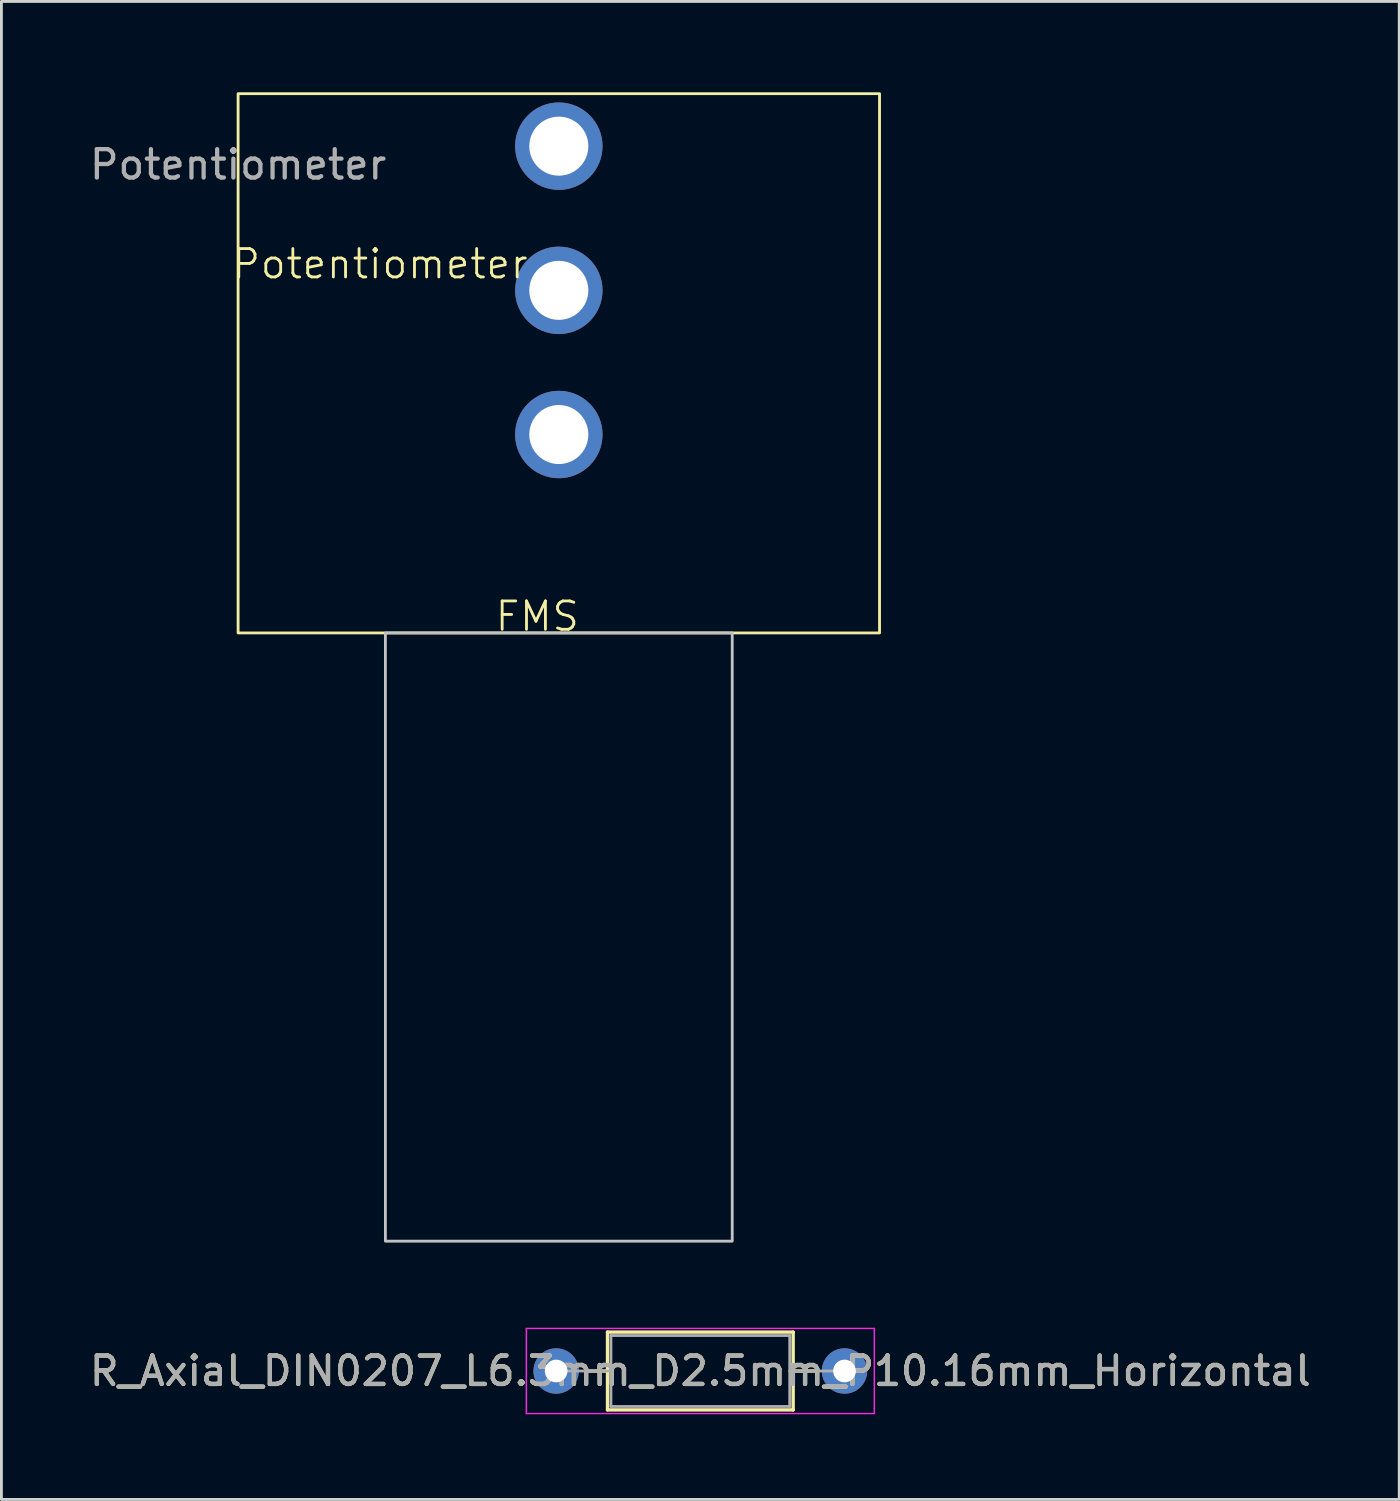
<source format=kicad_pcb>
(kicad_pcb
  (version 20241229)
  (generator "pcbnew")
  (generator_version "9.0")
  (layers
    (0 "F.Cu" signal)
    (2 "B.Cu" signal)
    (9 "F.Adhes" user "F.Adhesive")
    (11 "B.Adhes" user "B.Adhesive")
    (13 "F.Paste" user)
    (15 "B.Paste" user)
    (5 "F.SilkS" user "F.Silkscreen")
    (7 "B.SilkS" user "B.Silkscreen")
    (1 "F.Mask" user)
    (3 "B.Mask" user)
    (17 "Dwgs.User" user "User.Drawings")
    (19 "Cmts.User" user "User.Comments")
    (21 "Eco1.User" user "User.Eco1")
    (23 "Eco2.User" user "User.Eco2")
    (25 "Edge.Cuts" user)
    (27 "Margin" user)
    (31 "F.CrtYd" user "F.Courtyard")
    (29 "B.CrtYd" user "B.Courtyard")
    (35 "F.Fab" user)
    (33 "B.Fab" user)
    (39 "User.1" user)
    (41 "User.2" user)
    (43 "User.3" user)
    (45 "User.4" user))
  (footprint "Potentiometer"
    (layer "F.Cu")
    (at 5.339 0.25)
    (property "Reference" "Potentiometer" (at 5 6 0) (unlocked yes) (layer "F.SilkS") (effects (font (size 1 1) (thickness 0.1))))
    (attr through_hole)
    (fp_rect (start 0 0) (end 22.6 19) (stroke (width 0.1) (type default)) (fill no) (layer "F.SilkS"))
    (fp_rect (start 5.19 19) (end 17.41 40.43) (stroke (width 0.1) (type default)) (fill no) (layer "Dwgs.User"))
    (fp_text user "FMS" (at 9 19 0) (unlocked yes) (layer "F.SilkS") (effects (font (size 1 1) (thickness 0.1)) (justify left bottom)))
    (fp_text user "${REFERENCE}" (at 0 2.5 0) (unlocked yes) (layer "F.Fab") (effects (font (size 1 1) (thickness 0.15))))
    (pad "1" thru_hole circle (at 11.3 12.01) (size 3.08 3.08) (drill 2.08) (layers "*.Cu" "*.Mask"))
    (pad "2" thru_hole circle (at 11.3 6.93) (size 3.08 3.08) (drill 2.08) (layers "*.Cu" "*.Mask"))
    (pad "3" thru_hole circle (at 11.3 1.85) (size 3.08 3.08) (drill 2.08) (layers "*.Cu" "*.Mask")))
  (footprint "R_Axial_DIN0207_L6.3mm_D2.5mm_P10.16mm_Horizontal"
    (layer "F.Cu")
    (at 16.545 45.255)
    (property "Reference" "R_Axial_DIN0207_L6.3mm_D2.5mm_P10.16mm_Horizontal" (at 5.08 0 0) (layer "F.SilkS") (effects (font (size 1 1) (thickness 0.15))))
    (attr through_hole)
    (fp_line (start 1.04 0) (end 1.81 0) (stroke (width 0.12) (type solid)) (layer "F.SilkS"))
    (fp_line (start 1.81 -1.37) (end 1.81 1.37) (stroke (width 0.12) (type solid)) (layer "F.SilkS"))
    (fp_line (start 1.81 1.37) (end 8.35 1.37) (stroke (width 0.12) (type solid)) (layer "F.SilkS"))
    (fp_line (start 8.35 -1.37) (end 1.81 -1.37) (stroke (width 0.12) (type solid)) (layer "F.SilkS"))
    (fp_line (start 8.35 1.37) (end 8.35 -1.37) (stroke (width 0.12) (type solid)) (layer "F.SilkS"))
    (fp_line (start 9.12 0) (end 8.35 0) (stroke (width 0.12) (type solid)) (layer "F.SilkS"))
    (fp_line (start -1.05 -1.5) (end -1.05 1.5) (stroke (width 0.05) (type solid)) (layer "F.CrtYd"))
    (fp_line (start -1.05 1.5) (end 11.21 1.5) (stroke (width 0.05) (type solid)) (layer "F.CrtYd"))
    (fp_line (start 11.21 -1.5) (end -1.05 -1.5) (stroke (width 0.05) (type solid)) (layer "F.CrtYd"))
    (fp_line (start 11.21 1.5) (end 11.21 -1.5) (stroke (width 0.05) (type solid)) (layer "F.CrtYd"))
    (fp_line (start 0 0) (end 1.93 0) (stroke (width 0.1) (type solid)) (layer "F.Fab"))
    (fp_line (start 1.93 -1.25) (end 1.93 1.25) (stroke (width 0.1) (type solid)) (layer "F.Fab"))
    (fp_line (start 1.93 1.25) (end 8.23 1.25) (stroke (width 0.1) (type solid)) (layer "F.Fab"))
    (fp_line (start 8.23 -1.25) (end 1.93 -1.25) (stroke (width 0.1) (type solid)) (layer "F.Fab"))
    (fp_line (start 8.23 1.25) (end 8.23 -1.25) (stroke (width 0.1) (type solid)) (layer "F.Fab"))
    (fp_line (start 10.16 0) (end 8.23 0) (stroke (width 0.1) (type solid)) (layer "F.Fab"))
    (fp_text user "${REFERENCE}" (at 5.08 0 0) (layer "F.Fab") (effects (font (size 1 1) (thickness 0.15))))
    (pad "1" thru_hole circle (at 0 0) (size 1.6 1.6) (drill 0.8) (layers "*.Cu" "*.Mask"))
    (pad "2" thru_hole oval (at 10.16 0) (size 1.6 1.6) (drill 0.8) (layers "*.Cu" "*.Mask")))
  (gr_rect
    (start -3 -3)
    (end 46.25 49.78)
    (stroke (width 0.1) (type default))
    (fill no)
    (layer "Edge.Cuts")))
</source>
